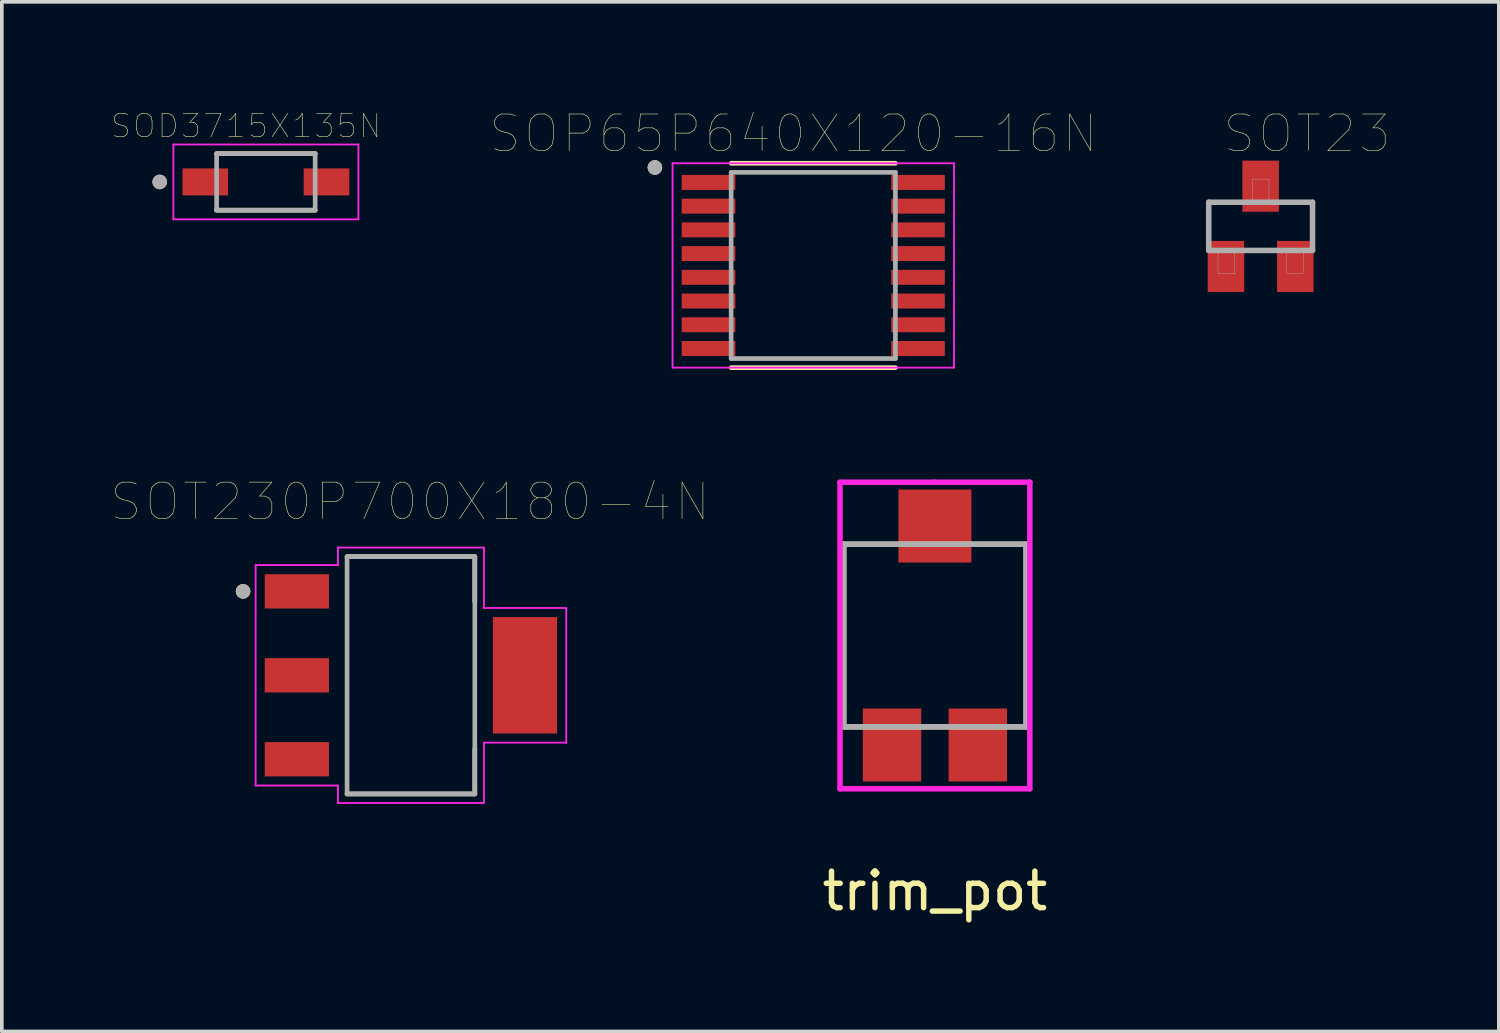
<source format=kicad_pcb>
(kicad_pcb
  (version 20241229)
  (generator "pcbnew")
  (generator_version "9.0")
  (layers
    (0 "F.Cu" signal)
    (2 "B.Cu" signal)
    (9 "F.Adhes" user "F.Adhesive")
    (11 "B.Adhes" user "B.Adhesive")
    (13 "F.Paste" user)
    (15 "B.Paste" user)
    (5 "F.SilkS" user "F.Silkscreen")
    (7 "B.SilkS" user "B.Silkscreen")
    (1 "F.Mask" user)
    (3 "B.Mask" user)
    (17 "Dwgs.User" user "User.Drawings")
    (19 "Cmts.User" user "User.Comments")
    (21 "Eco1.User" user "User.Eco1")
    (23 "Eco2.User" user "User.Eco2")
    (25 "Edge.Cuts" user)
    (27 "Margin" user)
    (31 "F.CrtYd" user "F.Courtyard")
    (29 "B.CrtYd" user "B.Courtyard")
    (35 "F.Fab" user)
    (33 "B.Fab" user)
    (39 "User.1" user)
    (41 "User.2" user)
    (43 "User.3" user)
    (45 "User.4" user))
  (footprint "SOT23"
    (layer "F.Cu")
    (at 31.489 3.151)
    (property "Reference" "SOT23" (at 1.27 -2.54 0) (layer "F.SilkS") (effects (font (size 1 1) (thickness 0.015))))
    (attr through_hole)
    (fp_line (start -1.422 -0.66) (end 1.422 -0.66) (stroke (width 0.152) (type solid)) (layer "F.Fab"))
    (fp_line (start -1.422 0.66) (end -1.422 -0.66) (stroke (width 0.152) (type solid)) (layer "F.Fab"))
    (fp_line (start 1.422 -0.66) (end 1.422 0.66) (stroke (width 0.152) (type solid)) (layer "F.Fab"))
    (fp_line (start 1.422 0.66) (end -1.422 0.66) (stroke (width 0.152) (type solid)) (layer "F.Fab"))
    (fp_poly (pts (xy -1.168 0.711) (xy -0.711 0.711) (xy -0.711 1.295) (xy -1.168 1.295)) (stroke (width 0.01) (type solid)) (fill no) (layer "F.Fab"))
    (fp_poly (pts (xy -0.229 -1.295) (xy 0.229 -1.295) (xy 0.229 -0.711) (xy -0.229 -0.711)) (stroke (width 0.01) (type solid)) (fill no) (layer "F.Fab"))
    (fp_poly (pts (xy 0.711 0.711) (xy 1.168 0.711) (xy 1.168 1.295) (xy 0.711 1.295)) (stroke (width 0.01) (type solid)) (fill no) (layer "F.Fab"))
    (pad "1" smd rect (at -0.95 1.1) (size 1 1.4) (layers "F.Cu" "F.Mask" "F.Paste"))
    (pad "2" smd rect (at 0.95 1.1) (size 1 1.4) (layers "F.Cu" "F.Mask" "F.Paste"))
    (pad "3" smd rect (at 0 -1.1) (size 1 1.4) (layers "F.Cu" "F.Mask" "F.Paste")))
  (footprint "SOD3715X135N"
    (layer "F.Cu")
    (at 4.235 1.934)
    (property "Reference" "SOD3715X135N" (at -0.543 -1.533 0) (layer "F.SilkS") (effects (font (size 0.64 0.64) (thickness 0.015))))
    (attr through_hole)
    (fp_line (start -1.35 -0.775) (end 1.35 -0.775) (stroke (width 0.127) (type solid)) (layer "F.SilkS"))
    (fp_line (start -1.35 0.775) (end 1.35 0.775) (stroke (width 0.127) (type solid)) (layer "F.SilkS"))
    (fp_circle (center -2.91 0) (end -2.81 0) (stroke (width 0.2) (type solid)) (fill no) (layer "F.SilkS"))
    (fp_line (start -2.535 -1.025) (end -2.535 1.025) (stroke (width 0.05) (type solid)) (layer "F.CrtYd"))
    (fp_line (start -2.535 -1.025) (end 2.535 -1.025) (stroke (width 0.05) (type solid)) (layer "F.CrtYd"))
    (fp_line (start -2.535 1.025) (end 2.535 1.025) (stroke (width 0.05) (type solid)) (layer "F.CrtYd"))
    (fp_line (start 2.535 -1.025) (end 2.535 1.025) (stroke (width 0.05) (type solid)) (layer "F.CrtYd"))
    (fp_line (start -1.35 -0.775) (end -1.35 0.775) (stroke (width 0.127) (type solid)) (layer "F.Fab"))
    (fp_line (start -1.35 -0.775) (end 1.35 -0.775) (stroke (width 0.127) (type solid)) (layer "F.Fab"))
    (fp_line (start -1.35 0.775) (end 1.35 0.775) (stroke (width 0.127) (type solid)) (layer "F.Fab"))
    (fp_line (start 1.35 -0.775) (end 1.35 0.775) (stroke (width 0.127) (type solid)) (layer "F.Fab"))
    (fp_circle (center -2.91 0) (end -2.81 0) (stroke (width 0.2) (type solid)) (fill no) (layer "F.Fab"))
    (pad "A" smd rect (at 1.66 0) (size 1.25 0.74) (layers "F.Cu" "F.Mask" "F.Paste"))
    (pad "C" smd rect (at -1.66 0) (size 1.25 0.74) (layers "F.Cu" "F.Mask" "F.Paste")))
  (footprint "trim_pot"
    (layer "F.Cu")
    (at 22.565 14.362)
    (property "Reference" "trim_pot" (at 0 7 0) (layer "F.SilkS") (effects (font (size 1 1) (thickness 0.15))))
    (attr through_hole)
    (fp_line (start -2.5 -2.5) (end -2.5 2.5) (stroke (width 0.15) (type solid)) (layer "F.SilkS"))
    (fp_line (start -2.5 2.5) (end 2.5 2.5) (stroke (width 0.15) (type solid)) (layer "F.SilkS"))
    (fp_line (start 2.5 -2.5) (end -2.5 -2.5) (stroke (width 0.15) (type solid)) (layer "F.SilkS"))
    (fp_line (start 2.5 2.5) (end 2.5 -2.5) (stroke (width 0.15) (type solid)) (layer "F.SilkS"))
    (fp_line (start -2.6 -4.2) (end 0 -4.2) (stroke (width 0.15) (type solid)) (layer "F.CrtYd"))
    (fp_line (start -2.6 4.2) (end -2.6 -4.2) (stroke (width 0.15) (type solid)) (layer "F.CrtYd"))
    (fp_line (start 0 -4.2) (end 2.6 -4.2) (stroke (width 0.15) (type solid)) (layer "F.CrtYd"))
    (fp_line (start 2.6 -4.2) (end 2.6 4.2) (stroke (width 0.15) (type solid)) (layer "F.CrtYd"))
    (fp_line (start 2.6 4.2) (end -2.6 4.2) (stroke (width 0.15) (type solid)) (layer "F.CrtYd"))
    (fp_line (start -2.5 -2.5) (end 2.5 -2.5) (stroke (width 0.15) (type solid)) (layer "F.Fab"))
    (fp_line (start -2.5 2.5) (end -2.5 -2.5) (stroke (width 0.15) (type solid)) (layer "F.Fab"))
    (fp_line (start 2.5 -2.5) (end 2.5 2.5) (stroke (width 0.15) (type solid)) (layer "F.Fab"))
    (fp_line (start 2.5 2.5) (end -2.5 2.5) (stroke (width 0.15) (type solid)) (layer "F.Fab"))
    (pad "1" smd rect (at 1.175 3) (size 1.6 2) (layers "F.Cu" "F.Mask" "F.Paste"))
    (pad "2" smd rect (at 0 -3) (size 2 2) (layers "F.Cu" "F.Mask" "F.Paste"))
    (pad "3" smd rect (at -1.175 3) (size 1.6 2) (layers "F.Cu" "F.Mask" "F.Paste")))
  (footprint "SOT230P700X180-4N"
    (layer "F.Cu")
    (at 8.209 15.452)
    (property "Reference" "SOT230P700X180-4N" (at -0.025 -4.754 0) (layer "F.SilkS") (effects (font (size 1 1) (thickness 0.015))))
    (attr through_hole)
    (fp_line (start -1.75 -3.25) (end 1.75 -3.25) (stroke (width 0.127) (type solid)) (layer "F.SilkS"))
    (fp_line (start -1.75 3.25) (end 1.75 3.25) (stroke (width 0.127) (type solid)) (layer "F.SilkS"))
    (fp_line (start 1.75 -3.25) (end 1.75 -2.01) (stroke (width 0.127) (type solid)) (layer "F.SilkS"))
    (fp_line (start 1.75 3.25) (end 1.75 2.01) (stroke (width 0.127) (type solid)) (layer "F.SilkS"))
    (fp_circle (center -4.6 -2.3) (end -4.5 -2.3) (stroke (width 0.2) (type solid)) (fill no) (layer "F.SilkS"))
    (fp_line (start -4.255 -3.02) (end -4.255 3.02) (stroke (width 0.05) (type solid)) (layer "F.CrtYd"))
    (fp_line (start -4.255 3.02) (end -2 3.02) (stroke (width 0.05) (type solid)) (layer "F.CrtYd"))
    (fp_line (start -2 -3.5) (end -2 -3.02) (stroke (width 0.05) (type solid)) (layer "F.CrtYd"))
    (fp_line (start -2 -3.02) (end -4.255 -3.02) (stroke (width 0.05) (type solid)) (layer "F.CrtYd"))
    (fp_line (start -2 3.02) (end -2 3.5) (stroke (width 0.05) (type solid)) (layer "F.CrtYd"))
    (fp_line (start -2 3.5) (end 2 3.5) (stroke (width 0.05) (type solid)) (layer "F.CrtYd"))
    (fp_line (start 2 -3.5) (end -2 -3.5) (stroke (width 0.05) (type solid)) (layer "F.CrtYd"))
    (fp_line (start 2 -1.845) (end 2 -3.5) (stroke (width 0.05) (type solid)) (layer "F.CrtYd"))
    (fp_line (start 2 1.845) (end 4.255 1.845) (stroke (width 0.05) (type solid)) (layer "F.CrtYd"))
    (fp_line (start 2 3.5) (end 2 1.845) (stroke (width 0.05) (type solid)) (layer "F.CrtYd"))
    (fp_line (start 4.255 -1.845) (end 2 -1.845) (stroke (width 0.05) (type solid)) (layer "F.CrtYd"))
    (fp_line (start 4.255 1.845) (end 4.255 -1.845) (stroke (width 0.05) (type solid)) (layer "F.CrtYd"))
    (fp_line (start -1.75 -3.25) (end -1.75 3.25) (stroke (width 0.127) (type solid)) (layer "F.Fab"))
    (fp_line (start 1.75 -3.25) (end -1.75 -3.25) (stroke (width 0.127) (type solid)) (layer "F.Fab"))
    (fp_line (start 1.75 -3.25) (end 1.75 3.25) (stroke (width 0.127) (type solid)) (layer "F.Fab"))
    (fp_line (start 1.75 3.25) (end -1.75 3.25) (stroke (width 0.127) (type solid)) (layer "F.Fab"))
    (fp_circle (center -4.6 -2.3) (end -4.5 -2.3) (stroke (width 0.2) (type solid)) (fill no) (layer "F.Fab"))
    (pad "1" smd rect (at -3.125 -2.3) (size 1.76 0.94) (layers "F.Cu" "F.Mask" "F.Paste"))
    (pad "2" smd rect (at -3.125 0) (size 1.76 0.94) (layers "F.Cu" "F.Mask" "F.Paste"))
    (pad "3" smd rect (at -3.125 2.3) (size 1.76 0.94) (layers "F.Cu" "F.Mask" "F.Paste"))
    (pad "4" smd rect (at 3.125 0) (size 1.76 3.19) (layers "F.Cu" "F.Mask" "F.Paste")))
  (footprint "SOP65P640X120-16N"
    (layer "F.Cu")
    (at 19.232 4.223)
    (property "Reference" "SOP65P640X120-16N" (at -0.545 -3.612 0) (layer "F.SilkS") (effects (font (size 1 1) (thickness 0.015))))
    (attr through_hole)
    (fp_line (start -2.25 -2.8) (end 2.25 -2.8) (stroke (width 0.127) (type solid)) (layer "F.SilkS"))
    (fp_line (start -2.25 2.8) (end 2.25 2.8) (stroke (width 0.127) (type solid)) (layer "F.SilkS"))
    (fp_circle (center -4.34 -2.685) (end -4.24 -2.685) (stroke (width 0.2) (type solid)) (fill no) (layer "F.SilkS"))
    (fp_line (start -3.855 -2.8) (end -3.855 2.8) (stroke (width 0.05) (type solid)) (layer "F.CrtYd"))
    (fp_line (start -3.855 -2.8) (end 3.855 -2.8) (stroke (width 0.05) (type solid)) (layer "F.CrtYd"))
    (fp_line (start -3.855 2.8) (end 3.855 2.8) (stroke (width 0.05) (type solid)) (layer "F.CrtYd"))
    (fp_line (start 3.855 -2.8) (end 3.855 2.8) (stroke (width 0.05) (type solid)) (layer "F.CrtYd"))
    (fp_line (start -2.25 -2.55) (end -2.25 2.55) (stroke (width 0.127) (type solid)) (layer "F.Fab"))
    (fp_line (start -2.25 -2.55) (end 2.25 -2.55) (stroke (width 0.127) (type solid)) (layer "F.Fab"))
    (fp_line (start -2.25 2.55) (end 2.25 2.55) (stroke (width 0.127) (type solid)) (layer "F.Fab"))
    (fp_line (start 2.25 -2.55) (end 2.25 2.55) (stroke (width 0.127) (type solid)) (layer "F.Fab"))
    (fp_circle (center -4.34 -2.685) (end -4.24 -2.685) (stroke (width 0.2) (type solid)) (fill no) (layer "F.Fab"))
    (pad "1" smd rect (at -2.87 -2.275) (size 1.47 0.41) (layers "F.Cu" "F.Mask" "F.Paste"))
    (pad "2" smd rect (at -2.87 -1.625) (size 1.47 0.41) (layers "F.Cu" "F.Mask" "F.Paste"))
    (pad "3" smd rect (at -2.87 -0.975) (size 1.47 0.41) (layers "F.Cu" "F.Mask" "F.Paste"))
    (pad "4" smd rect (at -2.87 -0.325) (size 1.47 0.41) (layers "F.Cu" "F.Mask" "F.Paste"))
    (pad "5" smd rect (at -2.87 0.325) (size 1.47 0.41) (layers "F.Cu" "F.Mask" "F.Paste"))
    (pad "6" smd rect (at -2.87 0.975) (size 1.47 0.41) (layers "F.Cu" "F.Mask" "F.Paste"))
    (pad "7" smd rect (at -2.87 1.625) (size 1.47 0.41) (layers "F.Cu" "F.Mask" "F.Paste"))
    (pad "8" smd rect (at -2.87 2.275) (size 1.47 0.41) (layers "F.Cu" "F.Mask" "F.Paste"))
    (pad "9" smd rect (at 2.87 2.275) (size 1.47 0.41) (layers "F.Cu" "F.Mask" "F.Paste"))
    (pad "10" smd rect (at 2.87 1.625) (size 1.47 0.41) (layers "F.Cu" "F.Mask" "F.Paste"))
    (pad "11" smd rect (at 2.87 0.975) (size 1.47 0.41) (layers "F.Cu" "F.Mask" "F.Paste"))
    (pad "12" smd rect (at 2.87 0.325) (size 1.47 0.41) (layers "F.Cu" "F.Mask" "F.Paste"))
    (pad "13" smd rect (at 2.87 -0.325) (size 1.47 0.41) (layers "F.Cu" "F.Mask" "F.Paste"))
    (pad "14" smd rect (at 2.87 -0.975) (size 1.47 0.41) (layers "F.Cu" "F.Mask" "F.Paste"))
    (pad "15" smd rect (at 2.87 -1.625) (size 1.47 0.41) (layers "F.Cu" "F.Mask" "F.Paste"))
    (pad "16" smd rect (at 2.87 -2.275) (size 1.47 0.41) (layers "F.Cu" "F.Mask" "F.Paste")))
  (gr_rect
    (start -3 -3)
    (end 38.015 25.21)
    (stroke (width 0.1) (type default))
    (fill no)
    (layer "Edge.Cuts")))
</source>
